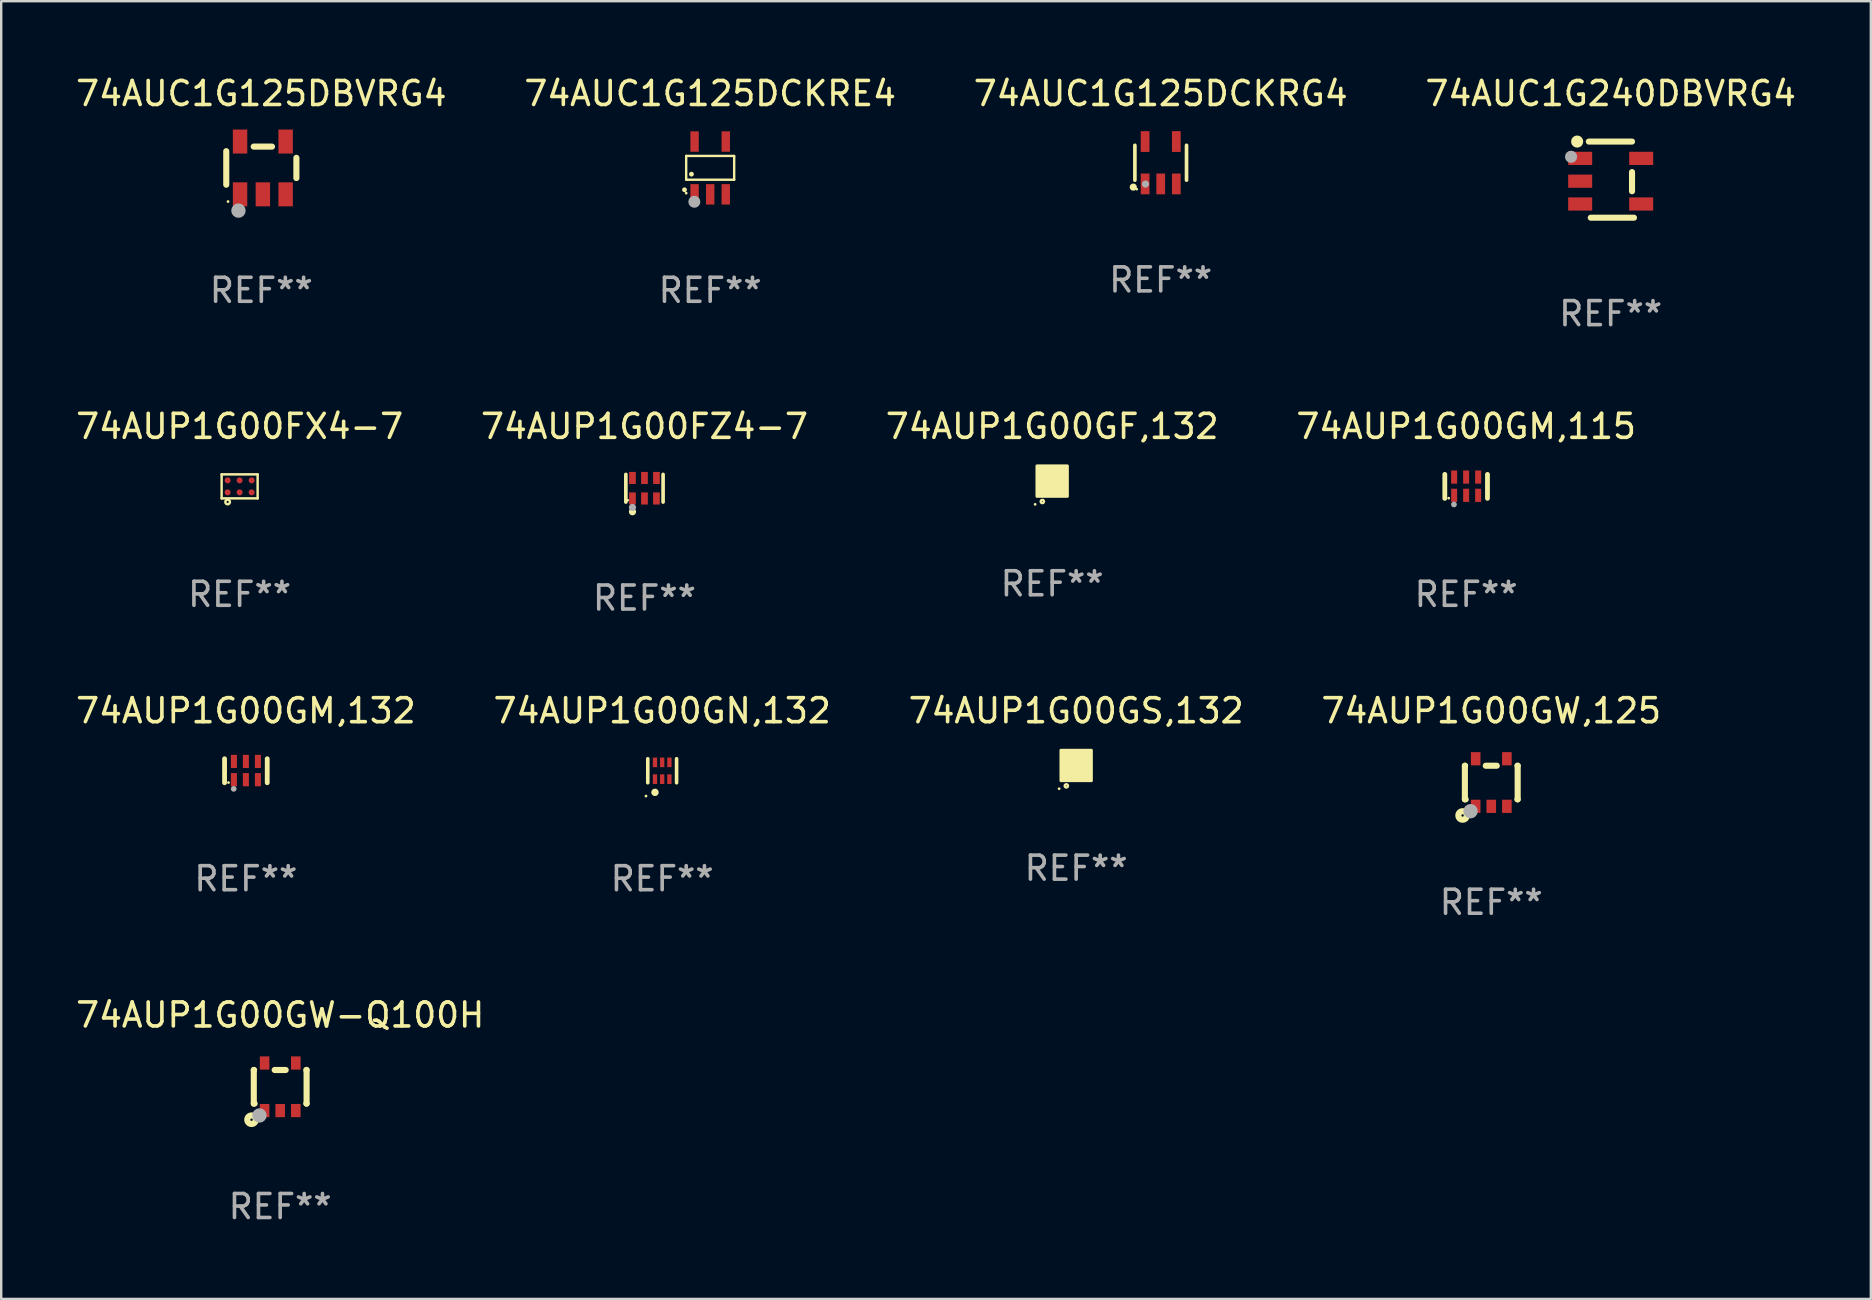
<source format=kicad_pcb>
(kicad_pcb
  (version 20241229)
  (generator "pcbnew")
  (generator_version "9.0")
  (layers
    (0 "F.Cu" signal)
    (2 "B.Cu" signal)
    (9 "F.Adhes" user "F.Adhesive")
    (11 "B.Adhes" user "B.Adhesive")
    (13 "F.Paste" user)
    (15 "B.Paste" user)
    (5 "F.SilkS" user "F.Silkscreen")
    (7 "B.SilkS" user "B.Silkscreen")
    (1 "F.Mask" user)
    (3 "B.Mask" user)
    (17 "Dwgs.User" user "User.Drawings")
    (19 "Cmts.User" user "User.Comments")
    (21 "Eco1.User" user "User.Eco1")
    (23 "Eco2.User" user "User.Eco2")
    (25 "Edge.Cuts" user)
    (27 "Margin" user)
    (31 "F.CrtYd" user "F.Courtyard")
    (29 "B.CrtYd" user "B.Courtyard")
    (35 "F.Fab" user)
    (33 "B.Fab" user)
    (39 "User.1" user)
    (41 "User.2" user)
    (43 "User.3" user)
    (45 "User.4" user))
  (footprint "74AUP1G00GM,115"
    (layer "F.Cu")
    (at 58.042 17.217)
    (property "Reference" "74AUP1G00GM,115" (at 0 -2.5 0) (layer "F.SilkS") (effects (font (size 1 1) (thickness 0.15))))
    (attr through_hole)
    (fp_line (start -0.889 0.5) (end -0.889 -0.5) (stroke (width 0.2) (type solid)) (layer "F.SilkS"))
    (fp_line (start 0.889 0.5) (end 0.889 -0.5) (stroke (width 0.2) (type solid)) (layer "F.SilkS"))
    (fp_circle (center -0.725 0.492) (end -0.695 0.492) (stroke (width 0.06) (type solid)) (fill no) (layer "F.SilkS"))
    (fp_circle (center -0.508 0.754) (end -0.448 0.754) (stroke (width 0.12) (type solid)) (fill no) (layer "F.Fab"))
    (fp_text user "REF**" (at 0 4.5 0) (layer "F.Fab") (effects (font (size 1 1) (thickness 0.15))))
    (pad "1" smd rect (at -0.5 0.372) (size 0.25 0.55) (layers "F.Cu" "F.Mask" "F.Paste"))
    (pad "2" smd rect (at -0.000127 0.372) (size 0.25 0.55) (layers "F.Cu" "F.Mask" "F.Paste"))
    (pad "3" smd rect (at 0.5 0.372) (size 0.25 0.55) (layers "F.Cu" "F.Mask" "F.Paste"))
    (pad "4" smd rect (at 0.5 -0.388 180) (size 0.25 0.55) (layers "F.Cu" "F.Mask" "F.Paste"))
    (pad "5" smd rect (at -0.000127 -0.388 180) (size 0.25 0.55) (layers "F.Cu" "F.Mask" "F.Paste"))
    (pad "6" smd rect (at -0.5 -0.388 180) (size 0.25 0.55) (layers "F.Cu" "F.Mask" "F.Paste")))
  (footprint "74AUP1G00GM,132"
    (layer "F.Cu")
    (at 7.196 29.066)
    (property "Reference" "74AUP1G00GM,132" (at 0 -2.5 0) (layer "F.SilkS") (effects (font (size 1 1) (thickness 0.15))))
    (attr through_hole)
    (fp_line (start -0.889 0.5) (end -0.889 -0.5) (stroke (width 0.2) (type solid)) (layer "F.SilkS"))
    (fp_line (start 0.889 0.5) (end 0.889 -0.5) (stroke (width 0.2) (type solid)) (layer "F.SilkS"))
    (fp_circle (center -0.725 0.492) (end -0.695 0.492) (stroke (width 0.06) (type solid)) (fill no) (layer "F.SilkS"))
    (fp_circle (center -0.508 0.754) (end -0.448 0.754) (stroke (width 0.12) (type solid)) (fill no) (layer "F.Fab"))
    (fp_text user "REF**" (at 0 4.5 0) (layer "F.Fab") (effects (font (size 1 1) (thickness 0.15))))
    (pad "1" smd rect (at -0.5 0.372) (size 0.25 0.55) (layers "F.Cu" "F.Mask" "F.Paste"))
    (pad "2" smd rect (at -0.000127 0.372) (size 0.25 0.55) (layers "F.Cu" "F.Mask" "F.Paste"))
    (pad "3" smd rect (at 0.5 0.372) (size 0.25 0.55) (layers "F.Cu" "F.Mask" "F.Paste"))
    (pad "4" smd rect (at 0.5 -0.388 180) (size 0.25 0.55) (layers "F.Cu" "F.Mask" "F.Paste"))
    (pad "5" smd rect (at -0.000127 -0.388 180) (size 0.25 0.55) (layers "F.Cu" "F.Mask" "F.Paste"))
    (pad "6" smd rect (at -0.5 -0.388 180) (size 0.25 0.55) (layers "F.Cu" "F.Mask" "F.Paste")))
  (footprint "74AUP1G00FX4-7"
    (layer "F.Cu")
    (at 6.935 17.217)
    (property "Reference" "74AUP1G00FX4-7" (at 0 -2.5 0) (layer "F.SilkS") (effects (font (size 1 1) (thickness 0.15))))
    (attr through_hole)
    (fp_line (start -0.75 -0.5) (end 0.75 -0.5) (stroke (width 0.102) (type solid)) (layer "F.SilkS"))
    (fp_line (start -0.75 0.5) (end -0.75 -0.5) (stroke (width 0.102) (type solid)) (layer "F.SilkS"))
    (fp_line (start -0.75 0.5) (end 0.75 0.5) (stroke (width 0.102) (type solid)) (layer "F.SilkS"))
    (fp_line (start 0.75 -0.5) (end 0.75 0.5) (stroke (width 0.102) (type solid)) (layer "F.SilkS"))
    (fp_circle (center -0.5 0.65) (end -0.455 0.65) (stroke (width 0.102) (type solid)) (fill no) (layer "F.SilkS"))
    (fp_text user "REF**" (at 0 4.5 0) (layer "F.Fab") (effects (font (size 1 1) (thickness 0.15))))
    (pad "1" smd circle (at -0.5 0.25) (size 0.25 0.25) (layers "F.Cu" "F.Mask" "F.Paste"))
    (pad "2" smd circle (at 0 0.25) (size 0.25 0.25) (layers "F.Cu" "F.Mask" "F.Paste"))
    (pad "3" smd circle (at 0.5 0.25) (size 0.25 0.25) (layers "F.Cu" "F.Mask" "F.Paste"))
    (pad "4" smd circle (at 0.5 -0.25) (size 0.25 0.25) (layers "F.Cu" "F.Mask" "F.Paste"))
    (pad "5" smd circle (at 0 -0.25) (size 0.25 0.25) (layers "F.Cu" "F.Mask" "F.Paste"))
    (pad "6" smd circle (at -0.5 -0.25) (size 0.25 0.25) (layers "F.Cu" "F.Mask" "F.Paste")))
  (footprint "74AUP1G00GS,132"
    (layer "F.Cu")
    (at 41.792 28.846)
    (property "Reference" "74AUP1G00GS,132" (at 0 -2.28 0) (layer "F.SilkS") (effects (font (size 1 1) (thickness 0.15))))
    (attr through_hole)
    (fp_circle (center -0.71 0.968) (end -0.68 0.968) (stroke (width 0.06) (type solid)) (fill no) (layer "F.SilkS"))
    (fp_circle (center -0.41 0.85) (end -0.342 0.85) (stroke (width 0.1) (type solid)) (fill no) (layer "F.SilkS"))
    (fp_poly (pts (xy -0.635 -0.635) (xy 0.635 -0.635) (xy 0.635 0.635) (xy -0.635 0.635)) (stroke (width 0.12) (type solid)) (fill yes) (layer "F.SilkS"))
    (fp_text user "REF**" (at 0 4.28 0) (layer "F.Fab") (effects (font (size 1 1) (thickness 0.15))))
    (pad "1" smd rect (at -0.35 0.28 90) (size 0.35 0.2) (layers "F.Cu" "F.Mask" "F.Paste"))
    (pad "2" smd rect (at 0 0.28 90) (size 0.35 0.2) (layers "F.Cu" "F.Mask" "F.Paste"))
    (pad "3" smd rect (at 0.35 0.28 90) (size 0.35 0.2) (layers "F.Cu" "F.Mask" "F.Paste"))
    (pad "4" smd rect (at 0.35 -0.28 90) (size 0.35 0.2) (layers "F.Cu" "F.Mask" "F.Paste"))
    (pad "5" smd rect (at 0 -0.28 90) (size 0.35 0.2) (layers "F.Cu" "F.Mask" "F.Paste"))
    (pad "6" smd rect (at -0.35 -0.28 90) (size 0.35 0.2) (layers "F.Cu" "F.Mask" "F.Paste")))
  (footprint "74AUC1G125DBVRG4"
    (layer "F.Cu")
    (at 7.839 3.948)
    (property "Reference" "74AUC1G125DBVRG4" (at 0 -3.1 0) (layer "F.SilkS") (effects (font (size 1 1) (thickness 0.15))))
    (attr through_hole)
    (fp_line (start -1.461 -0.699) (end -1.461 0.699) (stroke (width 0.254) (type solid)) (layer "F.SilkS"))
    (fp_line (start -0.318 -0.889) (end 0.445 -0.889) (stroke (width 0.254) (type solid)) (layer "F.SilkS"))
    (fp_line (start 1.461 -0.422) (end 1.461 0.422) (stroke (width 0.254) (type solid)) (layer "F.SilkS"))
    (fp_circle (center -1.387 1.4) (end -1.357 1.4) (stroke (width 0.06) (type solid)) (fill no) (layer "F.SilkS"))
    (fp_circle (center -0.953 1.778) (end -0.802 1.778) (stroke (width 0.3) (type solid)) (fill no) (layer "F.Fab"))
    (fp_text user "REF**" (at 0 5.1 0) (layer "F.Fab") (effects (font (size 1 1) (thickness 0.15))))
    (pad "1" smd rect (at -0.886 1.1) (size 0.6 1) (layers "F.Cu" "F.Mask" "F.Paste"))
    (pad "2" smd rect (at 0.064 1.1) (size 0.6 1) (layers "F.Cu" "F.Mask" "F.Paste"))
    (pad "3" smd rect (at 1.013 1.1) (size 0.6 1) (layers "F.Cu" "F.Mask" "F.Paste"))
    (pad "4" smd rect (at 1.013 -1.1) (size 0.6 1) (layers "F.Cu" "F.Mask" "F.Paste"))
    (pad "5" smd rect (at -0.886 -1.1) (size 0.6 1) (layers "F.Cu" "F.Mask" "F.Paste")))
  (footprint "74AUP1G00FZ4-7"
    (layer "F.Cu")
    (at 23.804 17.294)
    (property "Reference" "74AUP1G00FZ4-7" (at 0 -2.576 0) (layer "F.SilkS") (effects (font (size 1 1) (thickness 0.15))))
    (attr through_hole)
    (fp_line (start -0.776 0.576) (end -0.776 -0.576) (stroke (width 0.152) (type solid)) (layer "F.SilkS"))
    (fp_line (start 0.776 0.576) (end 0.776 -0.576) (stroke (width 0.152) (type solid)) (layer "F.SilkS"))
    (fp_circle (center -0.7 0.5) (end -0.67 0.5) (stroke (width 0.06) (type solid)) (fill no) (layer "F.SilkS"))
    (fp_circle (center -0.5 0.98) (end -0.425 0.98) (stroke (width 0.15) (type solid)) (fill no) (layer "F.SilkS"))
    (fp_circle (center -0.5 0.8) (end -0.425 0.8) (stroke (width 0.15) (type solid)) (fill no) (layer "F.Fab"))
    (fp_text user "REF**" (at 0 4.576 0) (layer "F.Fab") (effects (font (size 1 1) (thickness 0.15))))
    (pad "1" smd rect (at -0.5 0.427) (size 0.28 0.505) (layers "F.Cu" "F.Mask" "F.Paste"))
    (pad "2" smd rect (at 0 0.427) (size 0.28 0.505) (layers "F.Cu" "F.Mask" "F.Paste"))
    (pad "3" smd rect (at 0.5 0.427) (size 0.28 0.505) (layers "F.Cu" "F.Mask" "F.Paste"))
    (pad "4" smd rect (at 0.5 -0.427) (size 0.28 0.505) (layers "F.Cu" "F.Mask" "F.Paste"))
    (pad "5" smd rect (at 0 -0.427) (size 0.28 0.505) (layers "F.Cu" "F.Mask" "F.Paste"))
    (pad "6" smd rect (at -0.5 -0.427) (size 0.28 0.505) (layers "F.Cu" "F.Mask" "F.Paste")))
  (footprint "74AUC1G125DCKRG4"
    (layer "F.Cu")
    (at 45.315 3.731)
    (property "Reference" "74AUC1G125DCKRG4" (at 0 -2.883 0) (layer "F.SilkS") (effects (font (size 1 1) (thickness 0.15))))
    (attr through_hole)
    (fp_line (start -1.076 0.726) (end -1.076 -0.726) (stroke (width 0.152) (type solid)) (layer "F.SilkS"))
    (fp_line (start 1.076 0.726) (end 1.076 -0.726) (stroke (width 0.152) (type solid)) (layer "F.SilkS"))
    (fp_circle (center -1.143 1.016) (end -1.068 1.016) (stroke (width 0.15) (type solid)) (fill no) (layer "F.SilkS"))
    (fp_circle (center -1 1.1) (end -0.97 1.1) (stroke (width 0.06) (type solid)) (fill no) (layer "F.SilkS"))
    (fp_circle (center -0.635 0.889) (end -0.56 0.889) (stroke (width 0.15) (type solid)) (fill no) (layer "F.Fab"))
    (fp_text user "REF**" (at 0 4.883 0) (layer "F.Fab") (effects (font (size 1 1) (thickness 0.15))))
    (pad "1" smd rect (at -0.65 0.883) (size 0.364 0.866) (layers "F.Cu" "F.Mask" "F.Paste"))
    (pad "2" smd rect (at 0 0.883) (size 0.364 0.866) (layers "F.Cu" "F.Mask" "F.Paste"))
    (pad "3" smd rect (at 0.65 0.883) (size 0.364 0.866) (layers "F.Cu" "F.Mask" "F.Paste"))
    (pad "4" smd rect (at 0.65 -0.883) (size 0.364 0.866) (layers "F.Cu" "F.Mask" "F.Paste"))
    (pad "5" smd rect (at -0.65 -0.883) (size 0.364 0.866) (layers "F.Cu" "F.Mask" "F.Paste")))
  (footprint "74AUP1G00GW,125"
    (layer "F.Cu")
    (at 59.089 29.557)
    (property "Reference" "74AUP1G00GW,125" (at 0 -2.991 0) (layer "F.SilkS") (effects (font (size 1 1) (thickness 0.15))))
    (attr through_hole)
    (fp_line (start -1.1 -0.7) (end -1.1 0.7) (stroke (width 0.254) (type solid)) (layer "F.SilkS"))
    (fp_line (start -1.1 -0.7) (end -1.09 -0.7) (stroke (width 0.254) (type solid)) (layer "F.SilkS"))
    (fp_line (start -1.1 0.7) (end -1.065 0.7) (stroke (width 0.254) (type solid)) (layer "F.SilkS"))
    (fp_line (start -0.23 -0.7) (end 0.23 -0.7) (stroke (width 0.254) (type solid)) (layer "F.SilkS"))
    (fp_line (start 1.09 -0.7) (end 1.1 -0.7) (stroke (width 0.254) (type solid)) (layer "F.SilkS"))
    (fp_line (start 1.09 0.7) (end 1.1 0.7) (stroke (width 0.254) (type solid)) (layer "F.SilkS"))
    (fp_line (start 1.1 -0.7) (end 1.1 0.7) (stroke (width 0.254) (type solid)) (layer "F.SilkS"))
    (fp_circle (center -1.194 1.372) (end -1.143 1.372) (stroke (width 0.254) (type solid)) (fill no) (layer "F.SilkS"))
    (fp_circle (center -1.05 1.063) (end -1.02 1.063) (stroke (width 0.06) (type solid)) (fill no) (layer "F.SilkS"))
    (fp_circle (center -0.864 1.194) (end -0.713 1.194) (stroke (width 0.3) (type solid)) (fill no) (layer "F.Fab"))
    (fp_text user "REF**" (at 0 4.991 0) (layer "F.Fab") (effects (font (size 1 1) (thickness 0.15))))
    (pad "1" smd rect (at -0.65 0.991 180) (size 0.399 0.551) (layers "F.Cu" "F.Mask" "F.Paste"))
    (pad "2" smd rect (at 0 0.991 180) (size 0.399 0.551) (layers "F.Cu" "F.Mask" "F.Paste"))
    (pad "3" smd rect (at 0.65 0.991 180) (size 0.399 0.551) (layers "F.Cu" "F.Mask" "F.Paste"))
    (pad "4" smd rect (at 0.65 -0.991 180) (size 0.399 0.551) (layers "F.Cu" "F.Mask" "F.Paste"))
    (pad "5" smd rect (at -0.65 -0.991 180) (size 0.399 0.551) (layers "F.Cu" "F.Mask" "F.Paste")))
  (footprint "74AUP1G00GN,132"
    (layer "F.Cu")
    (at 24.542 29.066)
    (property "Reference" "74AUP1G00GN,132" (at 0 -2.5 0) (layer "F.SilkS") (effects (font (size 1 1) (thickness 0.15))))
    (attr through_hole)
    (fp_line (start -0.6 -0.5) (end -0.6 0.5) (stroke (width 0.15) (type solid)) (layer "F.SilkS"))
    (fp_line (start 0.6 0.5) (end 0.6 -0.5) (stroke (width 0.15) (type solid)) (layer "F.SilkS"))
    (fp_circle (center -0.675 1.055) (end -0.645 1.055) (stroke (width 0.06) (type solid)) (fill no) (layer "F.SilkS"))
    (fp_circle (center -0.3 0.9) (end -0.22 0.9) (stroke (width 0.15) (type solid)) (fill no) (layer "F.SilkS"))
    (fp_text user "REF**" (at 0 4.5 0) (layer "F.Fab") (effects (font (size 1 1) (thickness 0.15))))
    (pad "1" smd rect (at -0.3 0.35) (size 0.18 0.4) (layers "F.Cu" "F.Mask" "F.Paste"))
    (pad "2" smd rect (at 0.000025 0.35) (size 0.18 0.4) (layers "F.Cu" "F.Mask" "F.Paste"))
    (pad "3" smd rect (at 0.3 0.35) (size 0.18 0.4) (layers "F.Cu" "F.Mask" "F.Paste"))
    (pad "4" smd rect (at 0.3 -0.35) (size 0.18 0.4) (layers "F.Cu" "F.Mask" "F.Paste"))
    (pad "5" smd rect (at 0.000025 -0.35) (size 0.18 0.4) (layers "F.Cu" "F.Mask" "F.Paste"))
    (pad "6" smd rect (at -0.3 -0.35) (size 0.18 0.4) (layers "F.Cu" "F.Mask" "F.Paste")))
  (footprint "74AUC1G240DBVRG4"
    (layer "F.Cu")
    (at 64.065 4.435)
    (property "Reference" "74AUC1G240DBVRG4" (at 0 -3.586 0) (layer "F.SilkS") (effects (font (size 1 1) (thickness 0.15))))
    (attr through_hole)
    (fp_line (start 0.889 -1.586) (end -0.911 -1.586) (stroke (width 0.254) (type solid)) (layer "F.SilkS"))
    (fp_line (start 0.889 -0.316) (end 0.889 0.484) (stroke (width 0.254) (type solid)) (layer "F.SilkS"))
    (fp_line (start 0.97 1.586) (end -0.83 1.586) (stroke (width 0.254) (type solid)) (layer "F.SilkS"))
    (fp_circle (center -1.397 -1.586) (end -1.27 -1.586) (stroke (width 0.254) (type solid)) (fill no) (layer "F.SilkS"))
    (fp_circle (center -1.317 -1.469) (end -1.287 -1.469) (stroke (width 0.06) (type solid)) (fill no) (layer "F.SilkS"))
    (fp_circle (center -1.651 -0.952) (end -1.524 -0.952) (stroke (width 0.254) (type solid)) (fill no) (layer "F.Fab"))
    (fp_text user "REF**" (at 0 5.586 0) (layer "F.Fab") (effects (font (size 1 1) (thickness 0.15))))
    (pad "1" smd rect (at -1.271 -0.886 270) (size 0.55 1) (layers "F.Cu" "F.Mask" "F.Paste"))
    (pad "2" smd rect (at -1.271 0.065 270) (size 0.55 1) (layers "F.Cu" "F.Mask" "F.Paste"))
    (pad "3" smd rect (at -1.271 1.015 270) (size 0.55 1) (layers "F.Cu" "F.Mask" "F.Paste"))
    (pad "4" smd rect (at 1.271 1.015 270) (size 0.55 1) (layers "F.Cu" "F.Mask" "F.Paste"))
    (pad "5" smd rect (at 1.271 -0.886 270) (size 0.55 1) (layers "F.Cu" "F.Mask" "F.Paste")))
  (footprint "74AUP1G00GF,132"
    (layer "F.Cu")
    (at 40.792 16.997)
    (property "Reference" "74AUP1G00GF,132" (at 0 -2.28 0) (layer "F.SilkS") (effects (font (size 1 1) (thickness 0.15))))
    (attr through_hole)
    (fp_circle (center -0.71 0.968) (end -0.68 0.968) (stroke (width 0.06) (type solid)) (fill no) (layer "F.SilkS"))
    (fp_circle (center -0.41 0.85) (end -0.342 0.85) (stroke (width 0.1) (type solid)) (fill no) (layer "F.SilkS"))
    (fp_poly (pts (xy -0.635 -0.635) (xy 0.635 -0.635) (xy 0.635 0.635) (xy -0.635 0.635)) (stroke (width 0.12) (type solid)) (fill yes) (layer "F.SilkS"))
    (fp_text user "REF**" (at 0 4.28 0) (layer "F.Fab") (effects (font (size 1 1) (thickness 0.15))))
    (pad "1" smd rect (at -0.35 0.28 90) (size 0.35 0.2) (layers "F.Cu" "F.Mask" "F.Paste"))
    (pad "2" smd rect (at 0 0.28 90) (size 0.35 0.2) (layers "F.Cu" "F.Mask" "F.Paste"))
    (pad "3" smd rect (at 0.35 0.28 90) (size 0.35 0.2) (layers "F.Cu" "F.Mask" "F.Paste"))
    (pad "4" smd rect (at 0.35 -0.28 90) (size 0.35 0.2) (layers "F.Cu" "F.Mask" "F.Paste"))
    (pad "5" smd rect (at 0 -0.28 90) (size 0.35 0.2) (layers "F.Cu" "F.Mask" "F.Paste"))
    (pad "6" smd rect (at -0.35 -0.28 90) (size 0.35 0.2) (layers "F.Cu" "F.Mask" "F.Paste")))
  (footprint "74AUP1G00GW-Q100H"
    (layer "F.Cu")
    (at 8.625 42.235)
    (property "Reference" "74AUP1G00GW-Q100H" (at 0 -2.991 0) (layer "F.SilkS") (effects (font (size 1 1) (thickness 0.15))))
    (attr through_hole)
    (fp_line (start -1.1 -0.7) (end -1.1 0.7) (stroke (width 0.254) (type solid)) (layer "F.SilkS"))
    (fp_line (start -1.1 -0.7) (end -1.09 -0.7) (stroke (width 0.254) (type solid)) (layer "F.SilkS"))
    (fp_line (start -1.1 0.7) (end -1.065 0.7) (stroke (width 0.254) (type solid)) (layer "F.SilkS"))
    (fp_line (start -0.23 -0.7) (end 0.23 -0.7) (stroke (width 0.254) (type solid)) (layer "F.SilkS"))
    (fp_line (start 1.09 -0.7) (end 1.1 -0.7) (stroke (width 0.254) (type solid)) (layer "F.SilkS"))
    (fp_line (start 1.09 0.7) (end 1.1 0.7) (stroke (width 0.254) (type solid)) (layer "F.SilkS"))
    (fp_line (start 1.1 -0.7) (end 1.1 0.7) (stroke (width 0.254) (type solid)) (layer "F.SilkS"))
    (fp_circle (center -1.194 1.372) (end -1.143 1.372) (stroke (width 0.254) (type solid)) (fill no) (layer "F.SilkS"))
    (fp_circle (center -1.05 1.063) (end -1.02 1.063) (stroke (width 0.06) (type solid)) (fill no) (layer "F.SilkS"))
    (fp_circle (center -0.864 1.194) (end -0.713 1.194) (stroke (width 0.3) (type solid)) (fill no) (layer "F.Fab"))
    (fp_text user "REF**" (at 0 4.991 0) (layer "F.Fab") (effects (font (size 1 1) (thickness 0.15))))
    (pad "1" smd rect (at -0.65 0.991 180) (size 0.399 0.551) (layers "F.Cu" "F.Mask" "F.Paste"))
    (pad "2" smd rect (at 0 0.991 180) (size 0.399 0.551) (layers "F.Cu" "F.Mask" "F.Paste"))
    (pad "3" smd rect (at 0.65 0.991 180) (size 0.399 0.551) (layers "F.Cu" "F.Mask" "F.Paste"))
    (pad "4" smd rect (at 0.65 -0.991 180) (size 0.399 0.551) (layers "F.Cu" "F.Mask" "F.Paste"))
    (pad "5" smd rect (at -0.65 -0.991 180) (size 0.399 0.551) (layers "F.Cu" "F.Mask" "F.Paste")))
  (footprint "74AUC1G125DCKRE4"
    (layer "F.Cu")
    (at 26.542 3.948)
    (property "Reference" "74AUC1G125DCKRE4" (at 0 -3.1 0) (layer "F.SilkS") (effects (font (size 1 1) (thickness 0.15))))
    (attr through_hole)
    (fp_line (start -1 -0.5) (end -1 0.49) (stroke (width 0.1) (type solid)) (layer "F.SilkS"))
    (fp_line (start -1 0.49) (end 1 0.49) (stroke (width 0.1) (type solid)) (layer "F.SilkS"))
    (fp_line (start 0.99 -0.5) (end -1 -0.5) (stroke (width 0.1) (type solid)) (layer "F.SilkS"))
    (fp_line (start 1 -0.49) (end 0.99 -0.5) (stroke (width 0.1) (type solid)) (layer "F.SilkS"))
    (fp_line (start 1 0.49) (end 1 -0.49) (stroke (width 0.1) (type solid)) (layer "F.SilkS"))
    (fp_circle (center -1.07 0.91) (end -1.02 0.91) (stroke (width 0.1) (type solid)) (fill no) (layer "F.SilkS"))
    (fp_circle (center -1 1.05) (end -0.97 1.05) (stroke (width 0.06) (type solid)) (fill no) (layer "F.SilkS"))
    (fp_circle (center -0.78 0.26) (end -0.73 0.26) (stroke (width 0.1) (type solid)) (fill no) (layer "F.SilkS"))
    (fp_circle (center -0.66 1.41) (end -0.535 1.41) (stroke (width 0.25) (type solid)) (fill no) (layer "F.Fab"))
    (fp_text user "REF**" (at 0 5.1 0) (layer "F.Fab") (effects (font (size 1 1) (thickness 0.15))))
    (pad "1" smd rect (at -0.65 1.1) (size 0.35 0.85) (layers "F.Cu" "F.Mask" "F.Paste"))
    (pad "2" smd rect (at 0.000051 1.1) (size 0.35 0.85) (layers "F.Cu" "F.Mask" "F.Paste"))
    (pad "3" smd rect (at 0.65 1.1) (size 0.35 0.85) (layers "F.Cu" "F.Mask" "F.Paste"))
    (pad "4" smd rect (at 0.65 -1.1) (size 0.35 0.85) (layers "F.Cu" "F.Mask" "F.Paste"))
    (pad "5" smd rect (at -0.65 -1.1) (size 0.35 0.85) (layers "F.Cu" "F.Mask" "F.Paste")))
  (gr_rect
    (start -3 -3)
    (end 74.905 51.074)
    (stroke (width 0.1) (type default))
    (fill no)
    (layer "Edge.Cuts")))
</source>
